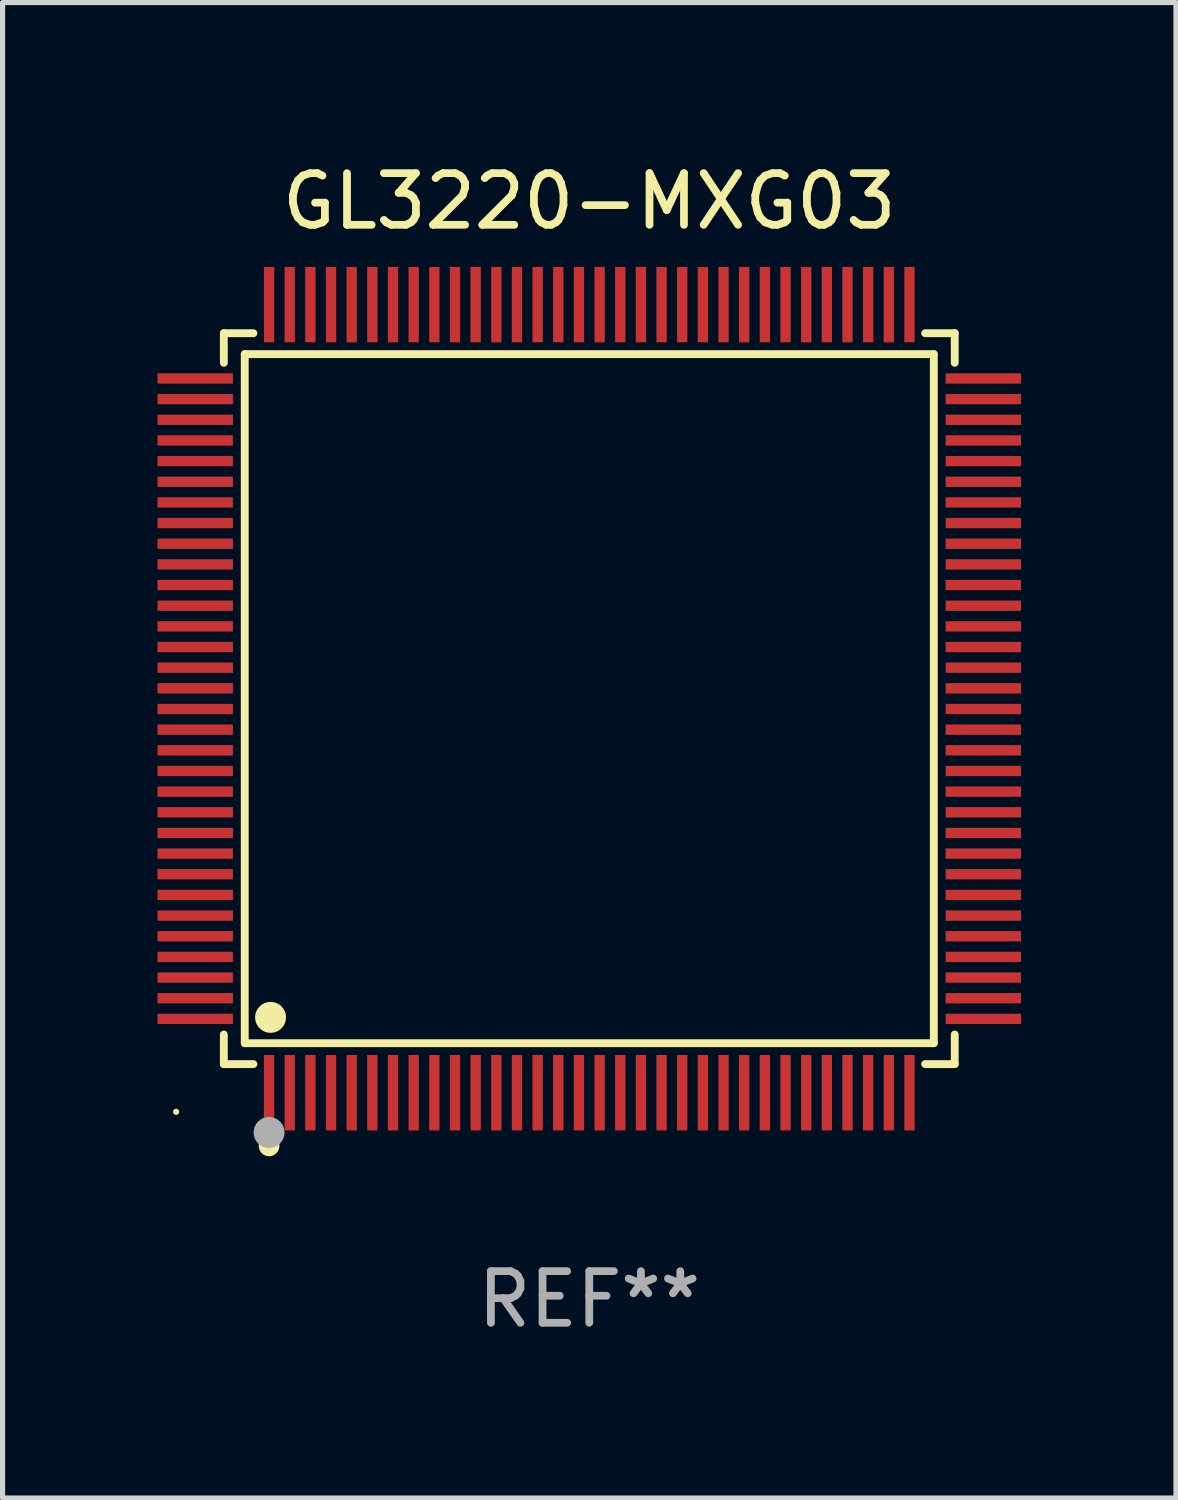
<source format=kicad_pcb>
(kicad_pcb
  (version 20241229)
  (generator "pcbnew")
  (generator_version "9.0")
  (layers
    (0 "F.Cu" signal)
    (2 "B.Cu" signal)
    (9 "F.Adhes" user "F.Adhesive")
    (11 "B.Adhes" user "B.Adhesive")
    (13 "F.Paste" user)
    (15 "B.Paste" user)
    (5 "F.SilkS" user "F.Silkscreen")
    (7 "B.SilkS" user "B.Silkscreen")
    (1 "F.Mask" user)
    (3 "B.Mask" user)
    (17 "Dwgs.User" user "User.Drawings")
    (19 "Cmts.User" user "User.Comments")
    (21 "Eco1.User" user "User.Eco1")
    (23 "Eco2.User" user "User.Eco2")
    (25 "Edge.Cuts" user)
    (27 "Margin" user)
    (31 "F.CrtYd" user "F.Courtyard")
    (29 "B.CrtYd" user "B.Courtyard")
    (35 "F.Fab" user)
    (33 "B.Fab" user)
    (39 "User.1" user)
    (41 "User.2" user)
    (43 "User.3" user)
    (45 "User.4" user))
  (footprint "GL3220-MXG03"
    (layer "F.Cu")
    (at 8.36 10.478)
    (property "Reference" "GL3220-MXG03" (at 0 -9.63 0) (layer "F.SilkS") (effects (font (size 1 1) (thickness 0.15))))
    (attr through_hole)
    (fp_line (start -7.076 -7.076) (end -6.503 -7.076) (stroke (width 0.152) (type solid)) (layer "F.SilkS"))
    (fp_line (start -7.076 -6.503) (end -7.076 -7.076) (stroke (width 0.152) (type solid)) (layer "F.SilkS"))
    (fp_line (start -7.076 6.503) (end -7.076 7.076) (stroke (width 0.152) (type solid)) (layer "F.SilkS"))
    (fp_line (start -7.076 7.076) (end -6.503 7.076) (stroke (width 0.152) (type solid)) (layer "F.SilkS"))
    (fp_line (start -6.671 -6.671) (end 6.671 -6.671) (stroke (width 0.152) (type solid)) (layer "F.SilkS"))
    (fp_line (start -6.671 6.671) (end -6.671 -6.671) (stroke (width 0.152) (type solid)) (layer "F.SilkS"))
    (fp_line (start 6.671 -6.671) (end 6.671 6.671) (stroke (width 0.152) (type solid)) (layer "F.SilkS"))
    (fp_line (start 6.671 6.671) (end -6.671 6.671) (stroke (width 0.152) (type solid)) (layer "F.SilkS"))
    (fp_line (start 7.076 -7.076) (end 6.503 -7.076) (stroke (width 0.152) (type solid)) (layer "F.SilkS"))
    (fp_line (start 7.076 -6.503) (end 7.076 -7.076) (stroke (width 0.152) (type solid)) (layer "F.SilkS"))
    (fp_line (start 7.076 6.503) (end 7.076 7.076) (stroke (width 0.152) (type solid)) (layer "F.SilkS"))
    (fp_line (start 7.076 7.076) (end 6.503 7.076) (stroke (width 0.152) (type solid)) (layer "F.SilkS"))
    (fp_circle (center -8 8) (end -7.97 8) (stroke (width 0.06) (type solid)) (fill no) (layer "F.SilkS"))
    (fp_circle (center -6.2 8.66) (end -6.1 8.66) (stroke (width 0.2) (type solid)) (fill no) (layer "F.SilkS"))
    (fp_circle (center -6.171 6.171) (end -6.021 6.171) (stroke (width 0.3) (type solid)) (fill no) (layer "F.SilkS"))
    (fp_circle (center -6.2 8.4) (end -6.05 8.4) (stroke (width 0.3) (type solid)) (fill no) (layer "F.Fab"))
    (fp_text user "REF**" (at 0 11.63 0) (layer "F.Fab") (effects (font (size 1 1) (thickness 0.15))))
    (pad "1" smd rect (at -6.2 7.63) (size 0.2 1.46) (layers "F.Cu" "F.Mask" "F.Paste"))
    (pad "2" smd rect (at -5.8 7.63) (size 0.2 1.46) (layers "F.Cu" "F.Mask" "F.Paste"))
    (pad "3" smd rect (at -5.4 7.63) (size 0.2 1.46) (layers "F.Cu" "F.Mask" "F.Paste"))
    (pad "4" smd rect (at -5 7.63) (size 0.2 1.46) (layers "F.Cu" "F.Mask" "F.Paste"))
    (pad "5" smd rect (at -4.6 7.63) (size 0.2 1.46) (layers "F.Cu" "F.Mask" "F.Paste"))
    (pad "6" smd rect (at -4.2 7.63) (size 0.2 1.46) (layers "F.Cu" "F.Mask" "F.Paste"))
    (pad "7" smd rect (at -3.8 7.63) (size 0.2 1.46) (layers "F.Cu" "F.Mask" "F.Paste"))
    (pad "8" smd rect (at -3.4 7.63) (size 0.2 1.46) (layers "F.Cu" "F.Mask" "F.Paste"))
    (pad "9" smd rect (at -3 7.63) (size 0.2 1.46) (layers "F.Cu" "F.Mask" "F.Paste"))
    (pad "10" smd rect (at -2.6 7.63) (size 0.2 1.46) (layers "F.Cu" "F.Mask" "F.Paste"))
    (pad "11" smd rect (at -2.2 7.63) (size 0.2 1.46) (layers "F.Cu" "F.Mask" "F.Paste"))
    (pad "12" smd rect (at -1.8 7.63) (size 0.2 1.46) (layers "F.Cu" "F.Mask" "F.Paste"))
    (pad "13" smd rect (at -1.4 7.63) (size 0.2 1.46) (layers "F.Cu" "F.Mask" "F.Paste"))
    (pad "14" smd rect (at -1 7.63) (size 0.2 1.46) (layers "F.Cu" "F.Mask" "F.Paste"))
    (pad "15" smd rect (at -0.6 7.63) (size 0.2 1.46) (layers "F.Cu" "F.Mask" "F.Paste"))
    (pad "16" smd rect (at -0.2 7.63) (size 0.2 1.46) (layers "F.Cu" "F.Mask" "F.Paste"))
    (pad "17" smd rect (at 0.2 7.63) (size 0.2 1.46) (layers "F.Cu" "F.Mask" "F.Paste"))
    (pad "18" smd rect (at 0.6 7.63) (size 0.2 1.46) (layers "F.Cu" "F.Mask" "F.Paste"))
    (pad "19" smd rect (at 1 7.63) (size 0.2 1.46) (layers "F.Cu" "F.Mask" "F.Paste"))
    (pad "20" smd rect (at 1.4 7.63) (size 0.2 1.46) (layers "F.Cu" "F.Mask" "F.Paste"))
    (pad "21" smd rect (at 1.8 7.63) (size 0.2 1.46) (layers "F.Cu" "F.Mask" "F.Paste"))
    (pad "22" smd rect (at 2.2 7.63) (size 0.2 1.46) (layers "F.Cu" "F.Mask" "F.Paste"))
    (pad "23" smd rect (at 2.6 7.63) (size 0.2 1.46) (layers "F.Cu" "F.Mask" "F.Paste"))
    (pad "24" smd rect (at 3 7.63) (size 0.2 1.46) (layers "F.Cu" "F.Mask" "F.Paste"))
    (pad "25" smd rect (at 3.4 7.63) (size 0.2 1.46) (layers "F.Cu" "F.Mask" "F.Paste"))
    (pad "26" smd rect (at 3.8 7.63) (size 0.2 1.46) (layers "F.Cu" "F.Mask" "F.Paste"))
    (pad "27" smd rect (at 4.2 7.63) (size 0.2 1.46) (layers "F.Cu" "F.Mask" "F.Paste"))
    (pad "28" smd rect (at 4.6 7.63) (size 0.2 1.46) (layers "F.Cu" "F.Mask" "F.Paste"))
    (pad "29" smd rect (at 5 7.63) (size 0.2 1.46) (layers "F.Cu" "F.Mask" "F.Paste"))
    (pad "30" smd rect (at 5.4 7.63) (size 0.2 1.46) (layers "F.Cu" "F.Mask" "F.Paste"))
    (pad "31" smd rect (at 5.8 7.63) (size 0.2 1.46) (layers "F.Cu" "F.Mask" "F.Paste"))
    (pad "32" smd rect (at 6.2 7.63) (size 0.2 1.46) (layers "F.Cu" "F.Mask" "F.Paste"))
    (pad "33" smd rect (at 7.63 6.2) (size 1.46 0.2) (layers "F.Cu" "F.Mask" "F.Paste"))
    (pad "34" smd rect (at 7.63 5.8) (size 1.46 0.2) (layers "F.Cu" "F.Mask" "F.Paste"))
    (pad "35" smd rect (at 7.63 5.4) (size 1.46 0.2) (layers "F.Cu" "F.Mask" "F.Paste"))
    (pad "36" smd rect (at 7.63 5) (size 1.46 0.2) (layers "F.Cu" "F.Mask" "F.Paste"))
    (pad "37" smd rect (at 7.63 4.6) (size 1.46 0.2) (layers "F.Cu" "F.Mask" "F.Paste"))
    (pad "38" smd rect (at 7.63 4.2) (size 1.46 0.2) (layers "F.Cu" "F.Mask" "F.Paste"))
    (pad "39" smd rect (at 7.63 3.8) (size 1.46 0.2) (layers "F.Cu" "F.Mask" "F.Paste"))
    (pad "40" smd rect (at 7.63 3.4) (size 1.46 0.2) (layers "F.Cu" "F.Mask" "F.Paste"))
    (pad "41" smd rect (at 7.63 3) (size 1.46 0.2) (layers "F.Cu" "F.Mask" "F.Paste"))
    (pad "42" smd rect (at 7.63 2.6) (size 1.46 0.2) (layers "F.Cu" "F.Mask" "F.Paste"))
    (pad "43" smd rect (at 7.63 2.2) (size 1.46 0.2) (layers "F.Cu" "F.Mask" "F.Paste"))
    (pad "44" smd rect (at 7.63 1.8) (size 1.46 0.2) (layers "F.Cu" "F.Mask" "F.Paste"))
    (pad "45" smd rect (at 7.63 1.4) (size 1.46 0.2) (layers "F.Cu" "F.Mask" "F.Paste"))
    (pad "46" smd rect (at 7.63 1) (size 1.46 0.2) (layers "F.Cu" "F.Mask" "F.Paste"))
    (pad "47" smd rect (at 7.63 0.6) (size 1.46 0.2) (layers "F.Cu" "F.Mask" "F.Paste"))
    (pad "48" smd rect (at 7.63 0.2) (size 1.46 0.2) (layers "F.Cu" "F.Mask" "F.Paste"))
    (pad "49" smd rect (at 7.63 -0.2) (size 1.46 0.2) (layers "F.Cu" "F.Mask" "F.Paste"))
    (pad "50" smd rect (at 7.63 -0.6) (size 1.46 0.2) (layers "F.Cu" "F.Mask" "F.Paste"))
    (pad "51" smd rect (at 7.63 -1) (size 1.46 0.2) (layers "F.Cu" "F.Mask" "F.Paste"))
    (pad "52" smd rect (at 7.63 -1.4) (size 1.46 0.2) (layers "F.Cu" "F.Mask" "F.Paste"))
    (pad "53" smd rect (at 7.63 -1.8) (size 1.46 0.2) (layers "F.Cu" "F.Mask" "F.Paste"))
    (pad "54" smd rect (at 7.63 -2.2) (size 1.46 0.2) (layers "F.Cu" "F.Mask" "F.Paste"))
    (pad "55" smd rect (at 7.63 -2.6) (size 1.46 0.2) (layers "F.Cu" "F.Mask" "F.Paste"))
    (pad "56" smd rect (at 7.63 -3) (size 1.46 0.2) (layers "F.Cu" "F.Mask" "F.Paste"))
    (pad "57" smd rect (at 7.63 -3.4) (size 1.46 0.2) (layers "F.Cu" "F.Mask" "F.Paste"))
    (pad "58" smd rect (at 7.63 -3.8) (size 1.46 0.2) (layers "F.Cu" "F.Mask" "F.Paste"))
    (pad "59" smd rect (at 7.63 -4.2) (size 1.46 0.2) (layers "F.Cu" "F.Mask" "F.Paste"))
    (pad "60" smd rect (at 7.63 -4.6) (size 1.46 0.2) (layers "F.Cu" "F.Mask" "F.Paste"))
    (pad "61" smd rect (at 7.63 -5) (size 1.46 0.2) (layers "F.Cu" "F.Mask" "F.Paste"))
    (pad "62" smd rect (at 7.63 -5.4) (size 1.46 0.2) (layers "F.Cu" "F.Mask" "F.Paste"))
    (pad "63" smd rect (at 7.63 -5.8) (size 1.46 0.2) (layers "F.Cu" "F.Mask" "F.Paste"))
    (pad "64" smd rect (at 7.63 -6.2) (size 1.46 0.2) (layers "F.Cu" "F.Mask" "F.Paste"))
    (pad "65" smd rect (at 6.2 -7.63) (size 0.2 1.46) (layers "F.Cu" "F.Mask" "F.Paste"))
    (pad "66" smd rect (at 5.8 -7.63) (size 0.2 1.46) (layers "F.Cu" "F.Mask" "F.Paste"))
    (pad "67" smd rect (at 5.4 -7.63) (size 0.2 1.46) (layers "F.Cu" "F.Mask" "F.Paste"))
    (pad "68" smd rect (at 5 -7.63) (size 0.2 1.46) (layers "F.Cu" "F.Mask" "F.Paste"))
    (pad "69" smd rect (at 4.6 -7.63) (size 0.2 1.46) (layers "F.Cu" "F.Mask" "F.Paste"))
    (pad "70" smd rect (at 4.2 -7.63) (size 0.2 1.46) (layers "F.Cu" "F.Mask" "F.Paste"))
    (pad "71" smd rect (at 3.8 -7.63) (size 0.2 1.46) (layers "F.Cu" "F.Mask" "F.Paste"))
    (pad "72" smd rect (at 3.4 -7.63) (size 0.2 1.46) (layers "F.Cu" "F.Mask" "F.Paste"))
    (pad "73" smd rect (at 3 -7.63) (size 0.2 1.46) (layers "F.Cu" "F.Mask" "F.Paste"))
    (pad "74" smd rect (at 2.6 -7.63) (size 0.2 1.46) (layers "F.Cu" "F.Mask" "F.Paste"))
    (pad "75" smd rect (at 2.2 -7.63) (size 0.2 1.46) (layers "F.Cu" "F.Mask" "F.Paste"))
    (pad "76" smd rect (at 1.8 -7.63) (size 0.2 1.46) (layers "F.Cu" "F.Mask" "F.Paste"))
    (pad "77" smd rect (at 1.4 -7.63) (size 0.2 1.46) (layers "F.Cu" "F.Mask" "F.Paste"))
    (pad "78" smd rect (at 1 -7.63) (size 0.2 1.46) (layers "F.Cu" "F.Mask" "F.Paste"))
    (pad "79" smd rect (at 0.6 -7.63) (size 0.2 1.46) (layers "F.Cu" "F.Mask" "F.Paste"))
    (pad "80" smd rect (at 0.2 -7.63) (size 0.2 1.46) (layers "F.Cu" "F.Mask" "F.Paste"))
    (pad "81" smd rect (at -0.2 -7.63) (size 0.2 1.46) (layers "F.Cu" "F.Mask" "F.Paste"))
    (pad "82" smd rect (at -0.6 -7.63) (size 0.2 1.46) (layers "F.Cu" "F.Mask" "F.Paste"))
    (pad "83" smd rect (at -1 -7.63) (size 0.2 1.46) (layers "F.Cu" "F.Mask" "F.Paste"))
    (pad "84" smd rect (at -1.4 -7.63) (size 0.2 1.46) (layers "F.Cu" "F.Mask" "F.Paste"))
    (pad "85" smd rect (at -1.8 -7.63) (size 0.2 1.46) (layers "F.Cu" "F.Mask" "F.Paste"))
    (pad "86" smd rect (at -2.2 -7.63) (size 0.2 1.46) (layers "F.Cu" "F.Mask" "F.Paste"))
    (pad "87" smd rect (at -2.6 -7.63) (size 0.2 1.46) (layers "F.Cu" "F.Mask" "F.Paste"))
    (pad "88" smd rect (at -3 -7.63) (size 0.2 1.46) (layers "F.Cu" "F.Mask" "F.Paste"))
    (pad "89" smd rect (at -3.4 -7.63) (size 0.2 1.46) (layers "F.Cu" "F.Mask" "F.Paste"))
    (pad "90" smd rect (at -3.8 -7.63) (size 0.2 1.46) (layers "F.Cu" "F.Mask" "F.Paste"))
    (pad "91" smd rect (at -4.2 -7.63) (size 0.2 1.46) (layers "F.Cu" "F.Mask" "F.Paste"))
    (pad "92" smd rect (at -4.6 -7.63) (size 0.2 1.46) (layers "F.Cu" "F.Mask" "F.Paste"))
    (pad "93" smd rect (at -5 -7.63) (size 0.2 1.46) (layers "F.Cu" "F.Mask" "F.Paste"))
    (pad "94" smd rect (at -5.4 -7.63) (size 0.2 1.46) (layers "F.Cu" "F.Mask" "F.Paste"))
    (pad "95" smd rect (at -5.8 -7.63) (size 0.2 1.46) (layers "F.Cu" "F.Mask" "F.Paste"))
    (pad "96" smd rect (at -6.2 -7.63) (size 0.2 1.46) (layers "F.Cu" "F.Mask" "F.Paste"))
    (pad "97" smd rect (at -7.63 -6.2) (size 1.46 0.2) (layers "F.Cu" "F.Mask" "F.Paste"))
    (pad "98" smd rect (at -7.63 -5.8) (size 1.46 0.2) (layers "F.Cu" "F.Mask" "F.Paste"))
    (pad "99" smd rect (at -7.63 -5.4) (size 1.46 0.2) (layers "F.Cu" "F.Mask" "F.Paste"))
    (pad "100" smd rect (at -7.63 -5) (size 1.46 0.2) (layers "F.Cu" "F.Mask" "F.Paste"))
    (pad "101" smd rect (at -7.63 -4.6) (size 1.46 0.2) (layers "F.Cu" "F.Mask" "F.Paste"))
    (pad "102" smd rect (at -7.63 -4.2) (size 1.46 0.2) (layers "F.Cu" "F.Mask" "F.Paste"))
    (pad "103" smd rect (at -7.63 -3.8) (size 1.46 0.2) (layers "F.Cu" "F.Mask" "F.Paste"))
    (pad "104" smd rect (at -7.63 -3.4) (size 1.46 0.2) (layers "F.Cu" "F.Mask" "F.Paste"))
    (pad "105" smd rect (at -7.63 -3) (size 1.46 0.2) (layers "F.Cu" "F.Mask" "F.Paste"))
    (pad "106" smd rect (at -7.63 -2.6) (size 1.46 0.2) (layers "F.Cu" "F.Mask" "F.Paste"))
    (pad "107" smd rect (at -7.63 -2.2) (size 1.46 0.2) (layers "F.Cu" "F.Mask" "F.Paste"))
    (pad "108" smd rect (at -7.63 -1.8) (size 1.46 0.2) (layers "F.Cu" "F.Mask" "F.Paste"))
    (pad "109" smd rect (at -7.63 -1.4) (size 1.46 0.2) (layers "F.Cu" "F.Mask" "F.Paste"))
    (pad "110" smd rect (at -7.63 -1) (size 1.46 0.2) (layers "F.Cu" "F.Mask" "F.Paste"))
    (pad "111" smd rect (at -7.63 -0.6) (size 1.46 0.2) (layers "F.Cu" "F.Mask" "F.Paste"))
    (pad "112" smd rect (at -7.63 -0.2) (size 1.46 0.2) (layers "F.Cu" "F.Mask" "F.Paste"))
    (pad "113" smd rect (at -7.63 0.2) (size 1.46 0.2) (layers "F.Cu" "F.Mask" "F.Paste"))
    (pad "114" smd rect (at -7.63 0.6) (size 1.46 0.2) (layers "F.Cu" "F.Mask" "F.Paste"))
    (pad "115" smd rect (at -7.63 1) (size 1.46 0.2) (layers "F.Cu" "F.Mask" "F.Paste"))
    (pad "116" smd rect (at -7.63 1.4) (size 1.46 0.2) (layers "F.Cu" "F.Mask" "F.Paste"))
    (pad "117" smd rect (at -7.63 1.8) (size 1.46 0.2) (layers "F.Cu" "F.Mask" "F.Paste"))
    (pad "118" smd rect (at -7.63 2.2) (size 1.46 0.2) (layers "F.Cu" "F.Mask" "F.Paste"))
    (pad "119" smd rect (at -7.63 2.6) (size 1.46 0.2) (layers "F.Cu" "F.Mask" "F.Paste"))
    (pad "120" smd rect (at -7.63 3) (size 1.46 0.2) (layers "F.Cu" "F.Mask" "F.Paste"))
    (pad "121" smd rect (at -7.63 3.4) (size 1.46 0.2) (layers "F.Cu" "F.Mask" "F.Paste"))
    (pad "122" smd rect (at -7.63 3.8) (size 1.46 0.2) (layers "F.Cu" "F.Mask" "F.Paste"))
    (pad "123" smd rect (at -7.63 4.2) (size 1.46 0.2) (layers "F.Cu" "F.Mask" "F.Paste"))
    (pad "124" smd rect (at -7.63 4.6) (size 1.46 0.2) (layers "F.Cu" "F.Mask" "F.Paste"))
    (pad "125" smd rect (at -7.63 5) (size 1.46 0.2) (layers "F.Cu" "F.Mask" "F.Paste"))
    (pad "126" smd rect (at -7.63 5.4) (size 1.46 0.2) (layers "F.Cu" "F.Mask" "F.Paste"))
    (pad "127" smd rect (at -7.63 5.8) (size 1.46 0.2) (layers "F.Cu" "F.Mask" "F.Paste"))
    (pad "128" smd rect (at -7.63 6.2) (size 1.46 0.2) (layers "F.Cu" "F.Mask" "F.Paste")))
  (gr_rect
    (start -3 -3)
    (end 19.72 25.956)
    (stroke (width 0.1) (type default))
    (fill no)
    (layer "Edge.Cuts")))
</source>
